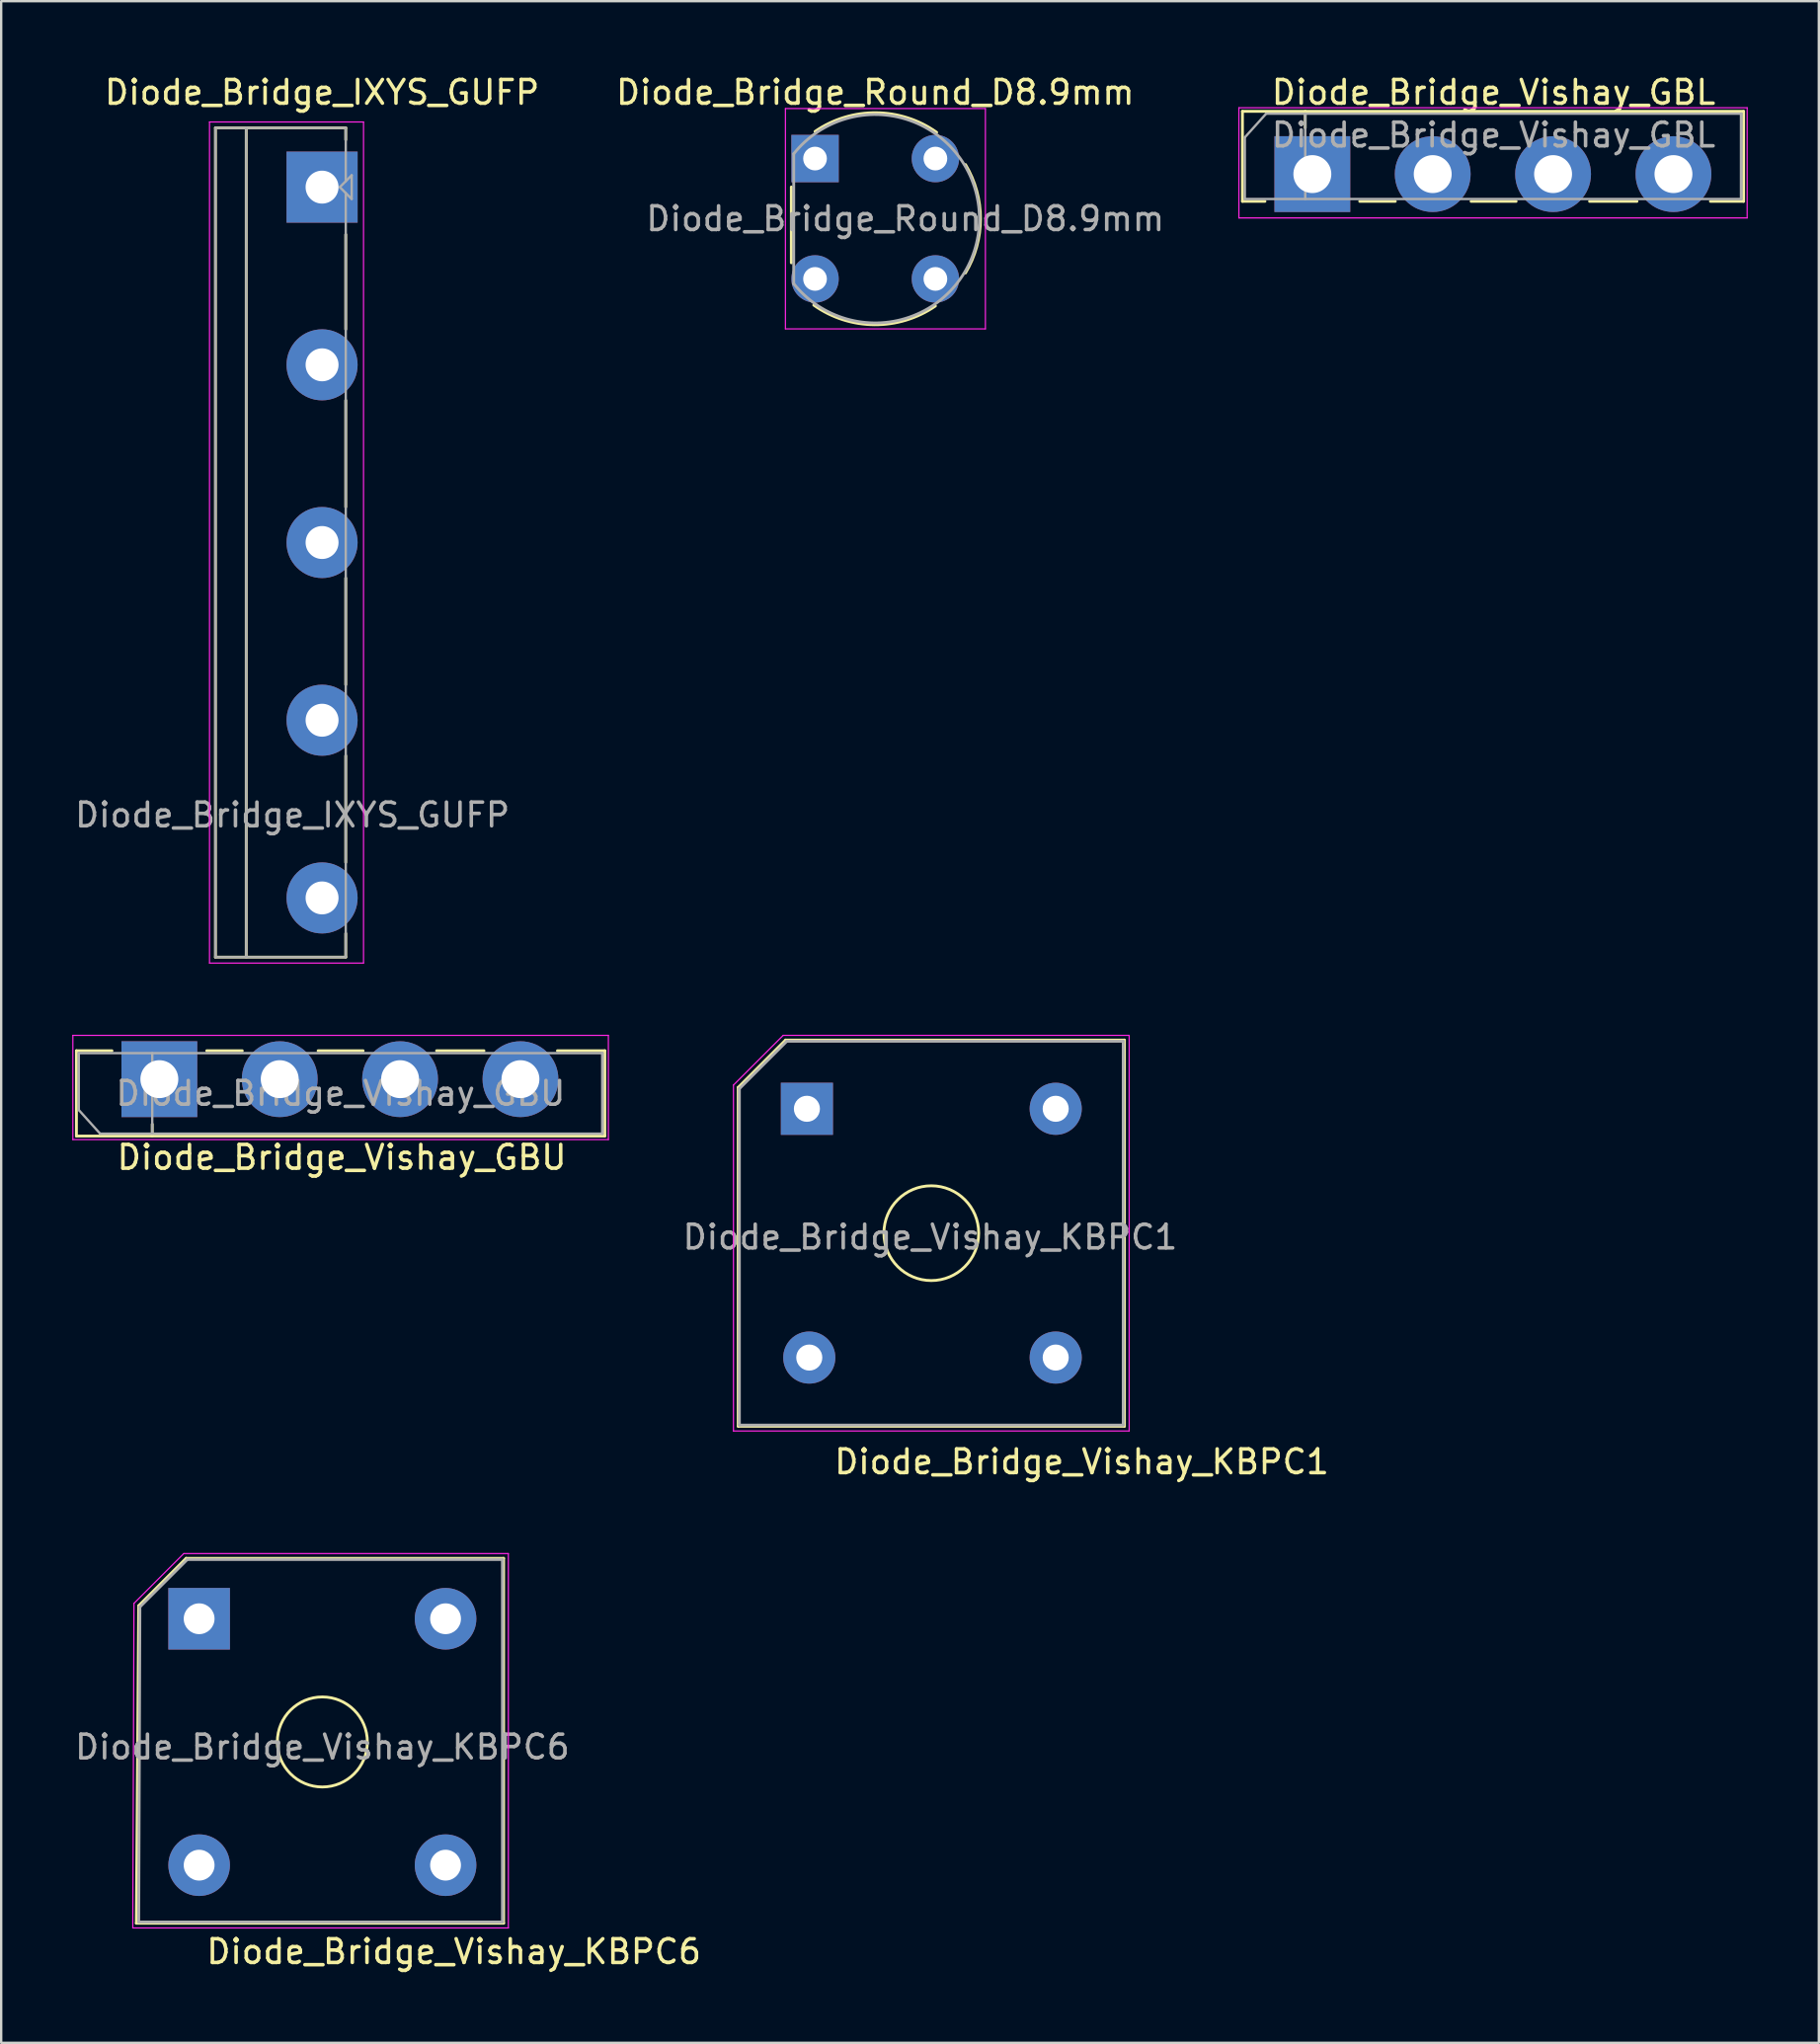
<source format=kicad_pcb>
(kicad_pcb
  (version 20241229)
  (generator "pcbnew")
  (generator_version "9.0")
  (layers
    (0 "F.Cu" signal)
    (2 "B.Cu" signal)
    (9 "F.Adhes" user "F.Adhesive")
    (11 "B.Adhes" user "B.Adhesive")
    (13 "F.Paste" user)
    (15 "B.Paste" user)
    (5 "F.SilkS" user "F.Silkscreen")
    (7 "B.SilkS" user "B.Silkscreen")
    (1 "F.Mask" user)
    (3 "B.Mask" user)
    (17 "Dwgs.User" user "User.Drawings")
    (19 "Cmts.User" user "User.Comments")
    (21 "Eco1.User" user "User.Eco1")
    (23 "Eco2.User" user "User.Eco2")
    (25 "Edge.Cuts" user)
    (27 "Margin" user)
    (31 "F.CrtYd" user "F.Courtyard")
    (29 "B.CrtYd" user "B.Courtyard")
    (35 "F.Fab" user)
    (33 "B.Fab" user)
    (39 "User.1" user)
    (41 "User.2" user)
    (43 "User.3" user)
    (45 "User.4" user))
  (footprint "Diode_Bridge_Vishay_KBPC6"
    (layer "F.Cu")
    (at 5.354 65.272)
    (property "Reference" "Diode_Bridge_Vishay_KBPC6" (at 10.75 14.05 180) (layer "F.SilkS") (effects (font (size 1 1) (thickness 0.15))))
    (attr through_hole)
    (fp_line (start -2.65 12.85) (end 12.85 12.85) (stroke (width 0.12) (type solid)) (layer "F.SilkS"))
    (fp_line (start -2.55 -0.55) (end -2.65 12.85) (stroke (width 0.12) (type solid)) (layer "F.SilkS"))
    (fp_line (start -0.55 -2.55) (end -2.55 -0.55) (stroke (width 0.12) (type solid)) (layer "F.SilkS"))
    (fp_line (start 12.85 -2.55) (end -0.55 -2.55) (stroke (width 0.12) (type solid)) (layer "F.SilkS"))
    (fp_line (start 12.85 12.85) (end 12.85 -2.55) (stroke (width 0.12) (type solid)) (layer "F.SilkS"))
    (fp_circle (center 5.2 5.2) (end 5.2 7.1) (stroke (width 0.12) (type solid)) (fill no) (layer "F.SilkS"))
    (fp_line (start -2.8 13.05) (end -2.75 -0.65) (stroke (width 0.05) (type solid)) (layer "F.CrtYd"))
    (fp_line (start -2.75 -0.65) (end -0.65 -2.75) (stroke (width 0.05) (type solid)) (layer "F.CrtYd"))
    (fp_line (start -0.65 -2.75) (end 13.05 -2.75) (stroke (width 0.05) (type solid)) (layer "F.CrtYd"))
    (fp_line (start 13.05 -2.75) (end 13.05 13.05) (stroke (width 0.05) (type solid)) (layer "F.CrtYd"))
    (fp_line (start 13.05 13.05) (end -2.8 13.05) (stroke (width 0.05) (type solid)) (layer "F.CrtYd"))
    (fp_line (start -2.55 12.8) (end -2.5 -0.5) (stroke (width 0.12) (type solid)) (layer "F.Fab"))
    (fp_line (start -2.5 -0.5) (end -0.5 -2.5) (stroke (width 0.12) (type solid)) (layer "F.Fab"))
    (fp_line (start -0.5 -2.5) (end 12.8 -2.5) (stroke (width 0.12) (type solid)) (layer "F.Fab"))
    (fp_line (start 12.8 -2.5) (end 12.8 12.8) (stroke (width 0.12) (type solid)) (layer "F.Fab"))
    (fp_line (start 12.8 12.8) (end -2.55 12.8) (stroke (width 0.12) (type solid)) (layer "F.Fab"))
    (fp_text user "${REFERENCE}" (at 5.2 5.415 180) (layer "F.Fab") (effects (font (size 1 1) (thickness 0.15))))
    (pad "1" thru_hole rect (at 0 0) (size 2.6 2.6) (drill 1.3) (layers "*.Cu" "*.Mask"))
    (pad "2" thru_hole circle (at 0 10.4) (size 2.6 2.6) (drill 1.3) (layers "*.Cu" "*.Mask"))
    (pad "3" thru_hole circle (at 10.4 10.4) (size 2.6 2.6) (drill 1.3) (layers "*.Cu" "*.Mask"))
    (pad "4" thru_hole circle (at 10.4 0) (size 2.6 2.6) (drill 1.3) (layers "*.Cu" "*.Mask")))
  (footprint "Diode_Bridge_Vishay_GBL"
    (layer "F.Cu")
    (at 52.335 4.298)
    (property "Reference" "Diode_Bridge_Vishay_GBL" (at 7.65 -3.45 0) (layer "F.SilkS") (effects (font (size 1 1) (thickness 0.15))))
    (attr through_hole)
    (fp_line (start -2.95 -2.65) (end -2.95 1.15) (stroke (width 0.12) (type solid)) (layer "F.SilkS"))
    (fp_line (start -2.95 1.15) (end -2 1.15) (stroke (width 0.12) (type solid)) (layer "F.SilkS"))
    (fp_line (start -0.3 -2.65) (end -0.3 -1.95) (stroke (width 0.12) (type solid)) (layer "F.SilkS"))
    (fp_line (start 2 1.15) (end 3.5 1.15) (stroke (width 0.12) (type solid)) (layer "F.SilkS"))
    (fp_line (start 6.7 1.15) (end 8.6 1.15) (stroke (width 0.12) (type solid)) (layer "F.SilkS"))
    (fp_line (start 11.7 1.15) (end 13.7 1.15) (stroke (width 0.12) (type solid)) (layer "F.SilkS"))
    (fp_line (start 16.8 1.15) (end 18.2 1.15) (stroke (width 0.12) (type solid)) (layer "F.SilkS"))
    (fp_line (start 18.2 -2.65) (end -2.95 -2.65) (stroke (width 0.12) (type solid)) (layer "F.SilkS"))
    (fp_line (start 18.2 1.15) (end 18.2 -2.65) (stroke (width 0.12) (type solid)) (layer "F.SilkS"))
    (fp_line (start -3.1 1.85) (end -3.1 -2.8) (stroke (width 0.05) (type solid)) (layer "F.CrtYd"))
    (fp_line (start -3.1 1.85) (end 18.35 1.85) (stroke (width 0.05) (type solid)) (layer "F.CrtYd"))
    (fp_line (start 18.35 -2.8) (end -3.1 -2.8) (stroke (width 0.05) (type solid)) (layer "F.CrtYd"))
    (fp_line (start 18.35 -2.8) (end 18.35 1.85) (stroke (width 0.05) (type solid)) (layer "F.CrtYd"))
    (fp_line (start -2.85 -1.55) (end -2.85 1.05) (stroke (width 0.1) (type solid)) (layer "F.Fab"))
    (fp_line (start -2.85 1.05) (end 18.1 1.05) (stroke (width 0.1) (type solid)) (layer "F.Fab"))
    (fp_line (start -1.95 -2.55) (end -2.85 -1.55) (stroke (width 0.1) (type solid)) (layer "F.Fab"))
    (fp_line (start -0.3 -2.55) (end -0.3 1.05) (stroke (width 0.1) (type solid)) (layer "F.Fab"))
    (fp_line (start 18.1 -2.55) (end -1.95 -2.55) (stroke (width 0.1) (type solid)) (layer "F.Fab"))
    (fp_line (start 18.1 1.05) (end 18.1 -2.55) (stroke (width 0.12) (type solid)) (layer "F.Fab"))
    (fp_text user "${REFERENCE}" (at 7.65 -1.65 0) (layer "F.Fab") (effects (font (size 1 1) (thickness 0.15))))
    (pad "1" thru_hole rect (at 0 0 180) (size 3.2 3.2) (drill 1.6) (layers "*.Cu" "*.Mask"))
    (pad "2" thru_hole circle (at 5.08 0 180) (size 3.2 3.2) (drill 1.6) (layers "*.Cu" "*.Mask"))
    (pad "3" thru_hole circle (at 10.16 0 180) (size 3.2 3.2) (drill 1.6) (layers "*.Cu" "*.Mask"))
    (pad "4" thru_hole circle (at 15.24 0 180) (size 3.2 3.2) (drill 1.6) (layers "*.Cu" "*.Mask")))
  (footprint "Diode_Bridge_Round_D8.9mm"
    (layer "F.Cu")
    (at 31.347 3.642)
    (property "Reference" "Diode_Bridge_Round_D8.9mm" (at 2.54 -2.794 0) (layer "F.SilkS") (effects (font (size 1 1) (thickness 0.15))))
    (attr through_hole)
    (fp_line (start -1 1.2) (end -1 4.4) (stroke (width 0.12) (type solid)) (layer "F.SilkS"))
    (fp_arc (start 0 -1.143) (mid 2.571836 -1.933821) (end 5.132157 -1.106479) (stroke (width 0.12) (type solid)) (layer "F.SilkS"))
    (fp_arc (start 5.08 6.223) (mid 2.508164 7.013821) (end -0.052157 6.186479) (stroke (width 0.12) (type solid)) (layer "F.SilkS"))
    (fp_arc (start 6.35 0.254) (mid 6.983184 2.54281) (end 6.347105 4.830818) (stroke (width 0.12) (type solid)) (layer "F.SilkS"))
    (fp_line (start -1.25 -2.11) (end -1.25 7.19) (stroke (width 0.05) (type solid)) (layer "F.CrtYd"))
    (fp_line (start -1.25 -2.11) (end 7.19 -2.11) (stroke (width 0.05) (type solid)) (layer "F.CrtYd"))
    (fp_line (start 7.19 7.19) (end -1.25 7.19) (stroke (width 0.05) (type solid)) (layer "F.CrtYd"))
    (fp_line (start 7.19 7.19) (end 7.19 -2.11) (stroke (width 0.05) (type solid)) (layer "F.CrtYd"))
    (fp_line (start -0.9 -0.2) (end -0.9 5.3) (stroke (width 0.12) (type solid)) (layer "F.Fab"))
    (fp_arc (start -0.9 -0.2) (mid 6.937862 2.542896) (end -0.903606 5.275467) (stroke (width 0.12) (type solid)) (layer "F.Fab"))
    (fp_text user "${REFERENCE}" (at 3.81 2.54 0) (layer "F.Fab") (effects (font (size 1 1) (thickness 0.15))))
    (pad "1" thru_hole rect (at 0 0) (size 2 2) (drill 1) (layers "*.Cu" "*.Mask"))
    (pad "2" thru_hole oval (at 0 5.08) (size 2 2) (drill 1) (layers "*.Cu" "*.Mask"))
    (pad "3" thru_hole oval (at 5.08 5.08) (size 2 2) (drill 1) (layers "*.Cu" "*.Mask"))
    (pad "4" thru_hole oval (at 5.08 0) (size 2 2) (drill 1) (layers "*.Cu" "*.Mask")))
  (footprint "Diode_Bridge_Vishay_GBU"
    (layer "F.Cu")
    (at 3.675 42.498)
    (property "Reference" "Diode_Bridge_Vishay_GBU" (at 7.7 3.3 180) (layer "F.SilkS") (effects (font (size 1 1) (thickness 0.15))))
    (attr through_hole)
    (fp_line (start -3.5 -1.2) (end -2 -1.2) (stroke (width 0.12) (type solid)) (layer "F.SilkS"))
    (fp_line (start -3.5 2.4) (end -3.5 -1.2) (stroke (width 0.12) (type solid)) (layer "F.SilkS"))
    (fp_line (start -0.3 2.4) (end -0.3 1.9) (stroke (width 0.12) (type solid)) (layer "F.SilkS"))
    (fp_line (start 2 -1.2) (end 3.5 -1.2) (stroke (width 0.12) (type solid)) (layer "F.SilkS"))
    (fp_line (start 6.7 -1.2) (end 8.6 -1.2) (stroke (width 0.12) (type solid)) (layer "F.SilkS"))
    (fp_line (start 11.7 -1.2) (end 13.7 -1.2) (stroke (width 0.12) (type solid)) (layer "F.SilkS"))
    (fp_line (start 16.8 -1.2) (end 18.8 -1.2) (stroke (width 0.12) (type solid)) (layer "F.SilkS"))
    (fp_line (start 18.8 -1.2) (end 18.8 2.4) (stroke (width 0.12) (type solid)) (layer "F.SilkS"))
    (fp_line (start 18.8 2.4) (end -3.5 2.4) (stroke (width 0.12) (type solid)) (layer "F.SilkS"))
    (fp_line (start -3.65 2.55) (end -3.65 -1.85) (stroke (width 0.05) (type solid)) (layer "F.CrtYd"))
    (fp_line (start -3.65 2.55) (end 18.95 2.55) (stroke (width 0.05) (type solid)) (layer "F.CrtYd"))
    (fp_line (start 18.95 -1.85) (end -3.65 -1.85) (stroke (width 0.05) (type solid)) (layer "F.CrtYd"))
    (fp_line (start 18.95 -1.85) (end 18.95 2.55) (stroke (width 0.05) (type solid)) (layer "F.CrtYd"))
    (fp_line (start -3.4 -1.1) (end 18.7 -1.1) (stroke (width 0.1) (type solid)) (layer "F.Fab"))
    (fp_line (start -3.4 1.3) (end -3.4 -1.1) (stroke (width 0.1) (type solid)) (layer "F.Fab"))
    (fp_line (start -2.5 2.3) (end -3.4 1.3) (stroke (width 0.1) (type solid)) (layer "F.Fab"))
    (fp_line (start -0.3 2.3) (end -0.3 -1.1) (stroke (width 0.1) (type solid)) (layer "F.Fab"))
    (fp_line (start 18.7 -1.1) (end 18.7 2.3) (stroke (width 0.12) (type solid)) (layer "F.Fab"))
    (fp_line (start 18.7 2.3) (end -2.5 2.3) (stroke (width 0.1) (type solid)) (layer "F.Fab"))
    (fp_text user "${REFERENCE}" (at 7.65 0.6 180) (layer "F.Fab") (effects (font (size 1 1) (thickness 0.15))))
    (pad "1" thru_hole rect (at 0 0) (size 3.2 3.2) (drill 1.6) (layers "*.Cu" "*.Mask"))
    (pad "2" thru_hole circle (at 5.08 0) (size 3.2 3.2) (drill 1.6) (layers "*.Cu" "*.Mask"))
    (pad "3" thru_hole circle (at 10.16 0) (size 3.2 3.2) (drill 1.6) (layers "*.Cu" "*.Mask"))
    (pad "4" thru_hole circle (at 15.24 0) (size 3.2 3.2) (drill 1.6) (layers "*.Cu" "*.Mask")))
  (footprint "Diode_Bridge_Vishay_KBPC1"
    (layer "F.Cu")
    (at 31.004 43.748)
    (property "Reference" "Diode_Bridge_Vishay_KBPC1" (at 11.6 14.9 180) (layer "F.SilkS") (effects (font (size 1 1) (thickness 0.15))))
    (attr through_hole)
    (fp_line (start -2.9 -0.9) (end -2.9 13.4) (stroke (width 0.12) (type solid)) (layer "F.SilkS"))
    (fp_line (start -2.9 13.4) (end 13.4 13.4) (stroke (width 0.12) (type solid)) (layer "F.SilkS"))
    (fp_line (start -0.9 -2.9) (end -2.9 -0.9) (stroke (width 0.12) (type solid)) (layer "F.SilkS"))
    (fp_line (start 13.4 -2.9) (end -0.9 -2.9) (stroke (width 0.12) (type solid)) (layer "F.SilkS"))
    (fp_line (start 13.4 13.4) (end 13.4 -2.9) (stroke (width 0.12) (type solid)) (layer "F.SilkS"))
    (fp_circle (center 5.25 5.25) (end 5.25 7.25) (stroke (width 0.12) (type solid)) (fill no) (layer "F.SilkS"))
    (fp_line (start -3.1 -1) (end -1 -3.1) (stroke (width 0.05) (type solid)) (layer "F.CrtYd"))
    (fp_line (start -3.1 13.6) (end -3.1 -1) (stroke (width 0.05) (type solid)) (layer "F.CrtYd"))
    (fp_line (start -1 -3.1) (end 13.6 -3.1) (stroke (width 0.05) (type solid)) (layer "F.CrtYd"))
    (fp_line (start 13.6 -3.1) (end 13.6 13.6) (stroke (width 0.05) (type solid)) (layer "F.CrtYd"))
    (fp_line (start 13.6 13.6) (end -3.1 13.6) (stroke (width 0.05) (type solid)) (layer "F.CrtYd"))
    (fp_line (start -2.85 -0.85) (end -0.85 -2.85) (stroke (width 0.12) (type solid)) (layer "F.Fab"))
    (fp_line (start -2.85 13.35) (end -2.85 -0.85) (stroke (width 0.12) (type solid)) (layer "F.Fab"))
    (fp_line (start -0.85 -2.85) (end 13.35 -2.85) (stroke (width 0.12) (type solid)) (layer "F.Fab"))
    (fp_line (start 13.35 -2.85) (end 13.35 13.35) (stroke (width 0.12) (type solid)) (layer "F.Fab"))
    (fp_line (start 13.35 13.35) (end -2.85 13.35) (stroke (width 0.12) (type solid)) (layer "F.Fab"))
    (fp_text user "${REFERENCE}" (at 5.2 5.415 180) (layer "F.Fab") (effects (font (size 1 1) (thickness 0.15))))
    (pad "1" thru_hole rect (at 0 0) (size 2.2 2.2) (drill 1.1) (layers "*.Cu" "*.Mask"))
    (pad "2" thru_hole circle (at 0.1 10.5) (size 2.2 2.2) (drill 1.1) (layers "*.Cu" "*.Mask"))
    (pad "3" thru_hole circle (at 10.5 10.5) (size 2.2 2.2) (drill 1.1) (layers "*.Cu" "*.Mask"))
    (pad "4" thru_hole circle (at 10.5 0) (size 2.2 2.2) (drill 1.1) (layers "*.Cu" "*.Mask")))
  (footprint "Diode_Bridge_IXYS_GUFP"
    (layer "F.Cu")
    (at 10.542 4.848)
    (property "Reference" "Diode_Bridge_IXYS_GUFP" (at 0 -4 0) (layer "F.SilkS") (effects (font (size 1 1) (thickness 0.15))))
    (attr through_hole)
    (fp_line (start -4.5 -2.5) (end -4.5 32.5) (stroke (width 0.12) (type solid)) (layer "F.SilkS"))
    (fp_line (start -3.2 -2.5) (end -3.2 32.5) (stroke (width 0.12) (type solid)) (layer "F.SilkS"))
    (fp_line (start 1 -2.5) (end -4.5 -2.5) (stroke (width 0.12) (type solid)) (layer "F.SilkS"))
    (fp_line (start 1 -2.5) (end 1 -2) (stroke (width 0.12) (type solid)) (layer "F.SilkS"))
    (fp_line (start 1 2) (end 1 6) (stroke (width 0.12) (type solid)) (layer "F.SilkS"))
    (fp_line (start 1 9) (end 1 13.5) (stroke (width 0.12) (type solid)) (layer "F.SilkS"))
    (fp_line (start 1 16.5) (end 1 21) (stroke (width 0.12) (type solid)) (layer "F.SilkS"))
    (fp_line (start 1 24) (end 1 28.5) (stroke (width 0.12) (type solid)) (layer "F.SilkS"))
    (fp_line (start 1 31.5) (end 1 32.5) (stroke (width 0.12) (type solid)) (layer "F.SilkS"))
    (fp_line (start 1 32.5) (end -4.5 32.5) (stroke (width 0.12) (type solid)) (layer "F.SilkS"))
    (fp_line (start -4.75 -2.75) (end -4.75 32.75) (stroke (width 0.05) (type solid)) (layer "F.CrtYd"))
    (fp_line (start -4.75 32.75) (end 1.75 32.75) (stroke (width 0.05) (type solid)) (layer "F.CrtYd"))
    (fp_line (start 1.75 -2.75) (end -4.75 -2.75) (stroke (width 0.05) (type solid)) (layer "F.CrtYd"))
    (fp_line (start 1.75 32.75) (end 1.75 -2.75) (stroke (width 0.05) (type solid)) (layer "F.CrtYd"))
    (fp_line (start -4.5 -2.5) (end -4.5 32.5) (stroke (width 0.1) (type solid)) (layer "F.Fab"))
    (fp_line (start -4.5 32.5) (end 1 32.5) (stroke (width 0.1) (type solid)) (layer "F.Fab"))
    (fp_line (start -3.2 32.5) (end -3.2 -2.5) (stroke (width 0.1) (type solid)) (layer "F.Fab"))
    (fp_line (start 0.75 0) (end 1.25 -0.5) (stroke (width 0.1) (type solid)) (layer "F.Fab"))
    (fp_line (start 1 -2.5) (end -4.5 -2.5) (stroke (width 0.1) (type solid)) (layer "F.Fab"))
    (fp_line (start 1 -0.25) (end 1 -2.5) (stroke (width 0.1) (type solid)) (layer "F.Fab"))
    (fp_line (start 1 0.25) (end 1 32.5) (stroke (width 0.1) (type solid)) (layer "F.Fab"))
    (fp_line (start 1.25 -0.5) (end 1.25 0.5) (stroke (width 0.1) (type solid)) (layer "F.Fab"))
    (fp_line (start 1.25 0.5) (end 0.75 0) (stroke (width 0.1) (type solid)) (layer "F.Fab"))
    (fp_text user "${REFERENCE}" (at -1.25 26.5 0) (layer "F.Fab") (effects (font (size 1 1) (thickness 0.15))))
    (pad "1" thru_hole rect (at 0 0) (size 3 3) (drill 1.39) (layers "*.Cu" "*.Mask"))
    (pad "2" thru_hole circle (at 0 7.5) (size 3 3) (drill 1.39) (layers "*.Cu" "*.Mask"))
    (pad "3" thru_hole circle (at 0 15) (size 3 3) (drill 1.39) (layers "*.Cu" "*.Mask"))
    (pad "4" thru_hole circle (at 0 22.5) (size 3 3) (drill 1.39) (layers "*.Cu" "*.Mask"))
    (pad "5" thru_hole circle (at 0 30) (size 3 3) (drill 1.39) (layers "*.Cu" "*.Mask")))
  (gr_rect
    (start -3 -3)
    (end 73.71 83.17)
    (stroke (width 0.1) (type default))
    (fill no)
    (layer "Edge.Cuts")))
</source>
